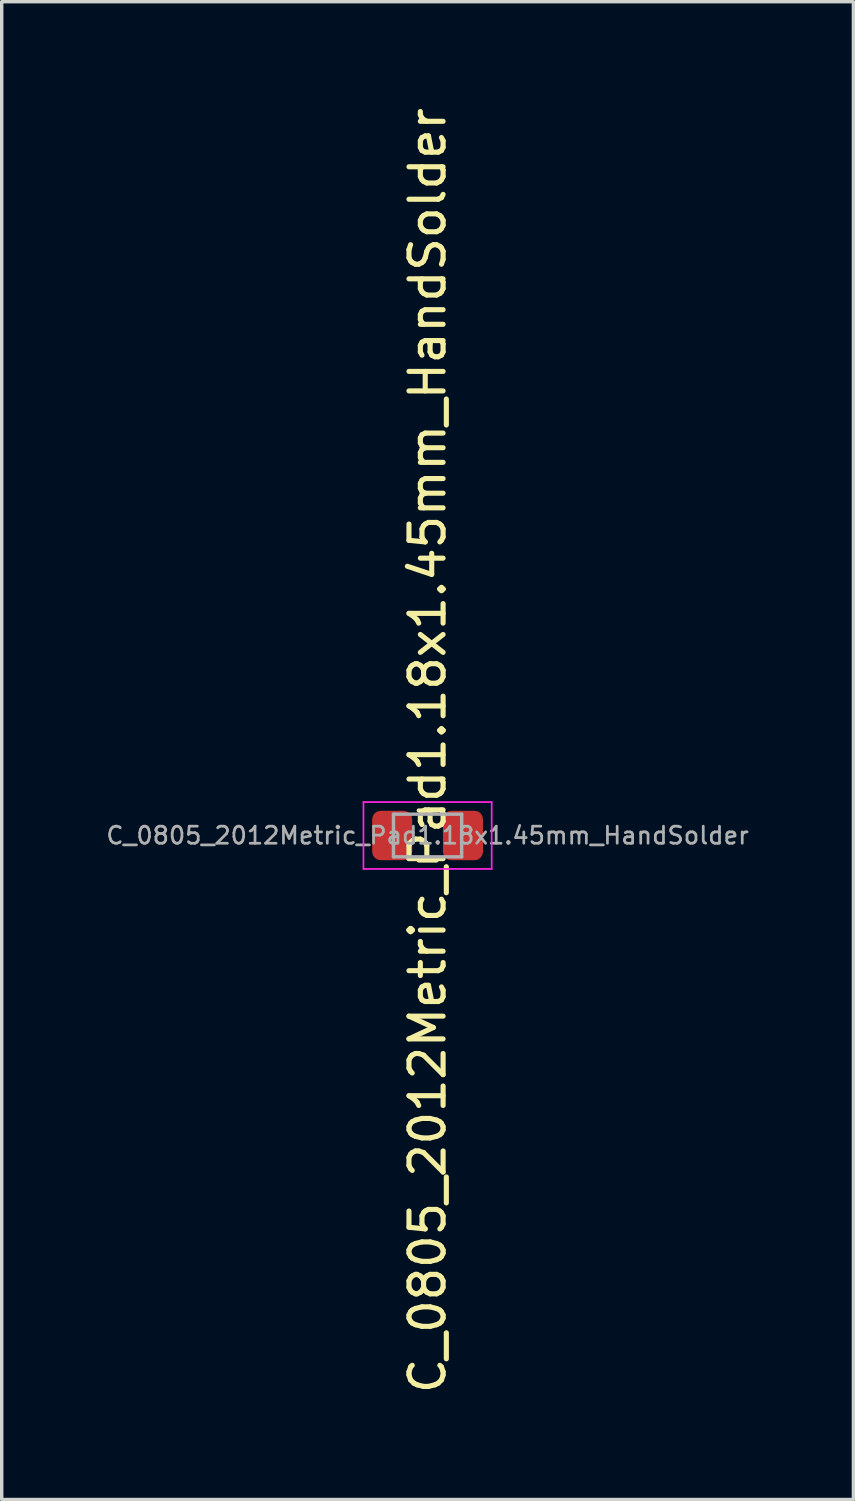
<source format=kicad_pcb>
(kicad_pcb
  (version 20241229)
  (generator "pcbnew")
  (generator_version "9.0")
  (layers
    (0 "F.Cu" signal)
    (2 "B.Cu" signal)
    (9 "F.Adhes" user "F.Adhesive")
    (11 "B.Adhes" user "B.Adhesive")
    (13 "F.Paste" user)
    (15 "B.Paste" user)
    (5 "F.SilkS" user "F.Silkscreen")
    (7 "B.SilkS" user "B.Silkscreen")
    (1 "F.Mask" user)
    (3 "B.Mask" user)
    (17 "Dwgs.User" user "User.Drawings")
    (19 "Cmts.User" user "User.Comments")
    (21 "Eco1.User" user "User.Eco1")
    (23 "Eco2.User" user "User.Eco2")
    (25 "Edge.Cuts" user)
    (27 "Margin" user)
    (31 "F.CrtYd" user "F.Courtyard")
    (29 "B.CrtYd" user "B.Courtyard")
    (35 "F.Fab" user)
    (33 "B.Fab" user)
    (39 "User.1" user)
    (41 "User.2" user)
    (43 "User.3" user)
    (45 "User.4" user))
  (footprint "C_0805_2012Metric_Pad1.18x1.45mm_HandSolder"
    (layer "F.Cu")
    (at 9.487 21.448)
    (property "Reference" "C_0805_2012Metric_Pad1.18x1.45mm_HandSolder" (at 0 -2.489 90) (layer "F.SilkS") (effects (font (size 1 1) (thickness 0.15))))
    (attr smd)
    (fp_line (start -0.261 -0.735) (end 0.261 -0.735) (stroke (width 0.12) (type solid)) (layer "F.SilkS"))
    (fp_line (start -0.261 0.735) (end 0.261 0.735) (stroke (width 0.12) (type solid)) (layer "F.SilkS"))
    (fp_line (start -1.88 -0.98) (end 1.88 -0.98) (stroke (width 0.05) (type solid)) (layer "F.CrtYd"))
    (fp_line (start -1.88 0.98) (end -1.88 -0.98) (stroke (width 0.05) (type solid)) (layer "F.CrtYd"))
    (fp_line (start 1.88 -0.98) (end 1.88 0.98) (stroke (width 0.05) (type solid)) (layer "F.CrtYd"))
    (fp_line (start 1.88 0.98) (end -1.88 0.98) (stroke (width 0.05) (type solid)) (layer "F.CrtYd"))
    (fp_line (start -1 -0.625) (end 1 -0.625) (stroke (width 0.1) (type solid)) (layer "F.Fab"))
    (fp_line (start -1 0.625) (end -1 -0.625) (stroke (width 0.1) (type solid)) (layer "F.Fab"))
    (fp_line (start 1 -0.625) (end 1 0.625) (stroke (width 0.1) (type solid)) (layer "F.Fab"))
    (fp_line (start 1 0.625) (end -1 0.625) (stroke (width 0.1) (type solid)) (layer "F.Fab"))
    (fp_text user "${REFERENCE}" (at 0 0 0) (layer "F.Fab") (effects (font (size 0.5 0.5) (thickness 0.08))))
    (pad "1" smd roundrect (at -1.038 0) (size 1.175 1.45) (layers "F.Cu" "F.Mask" "F.Paste") (roundrect_rratio 0.213))
    (pad "2" smd roundrect (at 1.038 0) (size 1.175 1.45) (layers "F.Cu" "F.Mask" "F.Paste") (roundrect_rratio 0.213)))
  (gr_rect
    (start -3 -3)
    (end 21.973 40.917)
    (stroke (width 0.1) (type default))
    (fill no)
    (layer "Edge.Cuts")))
</source>
